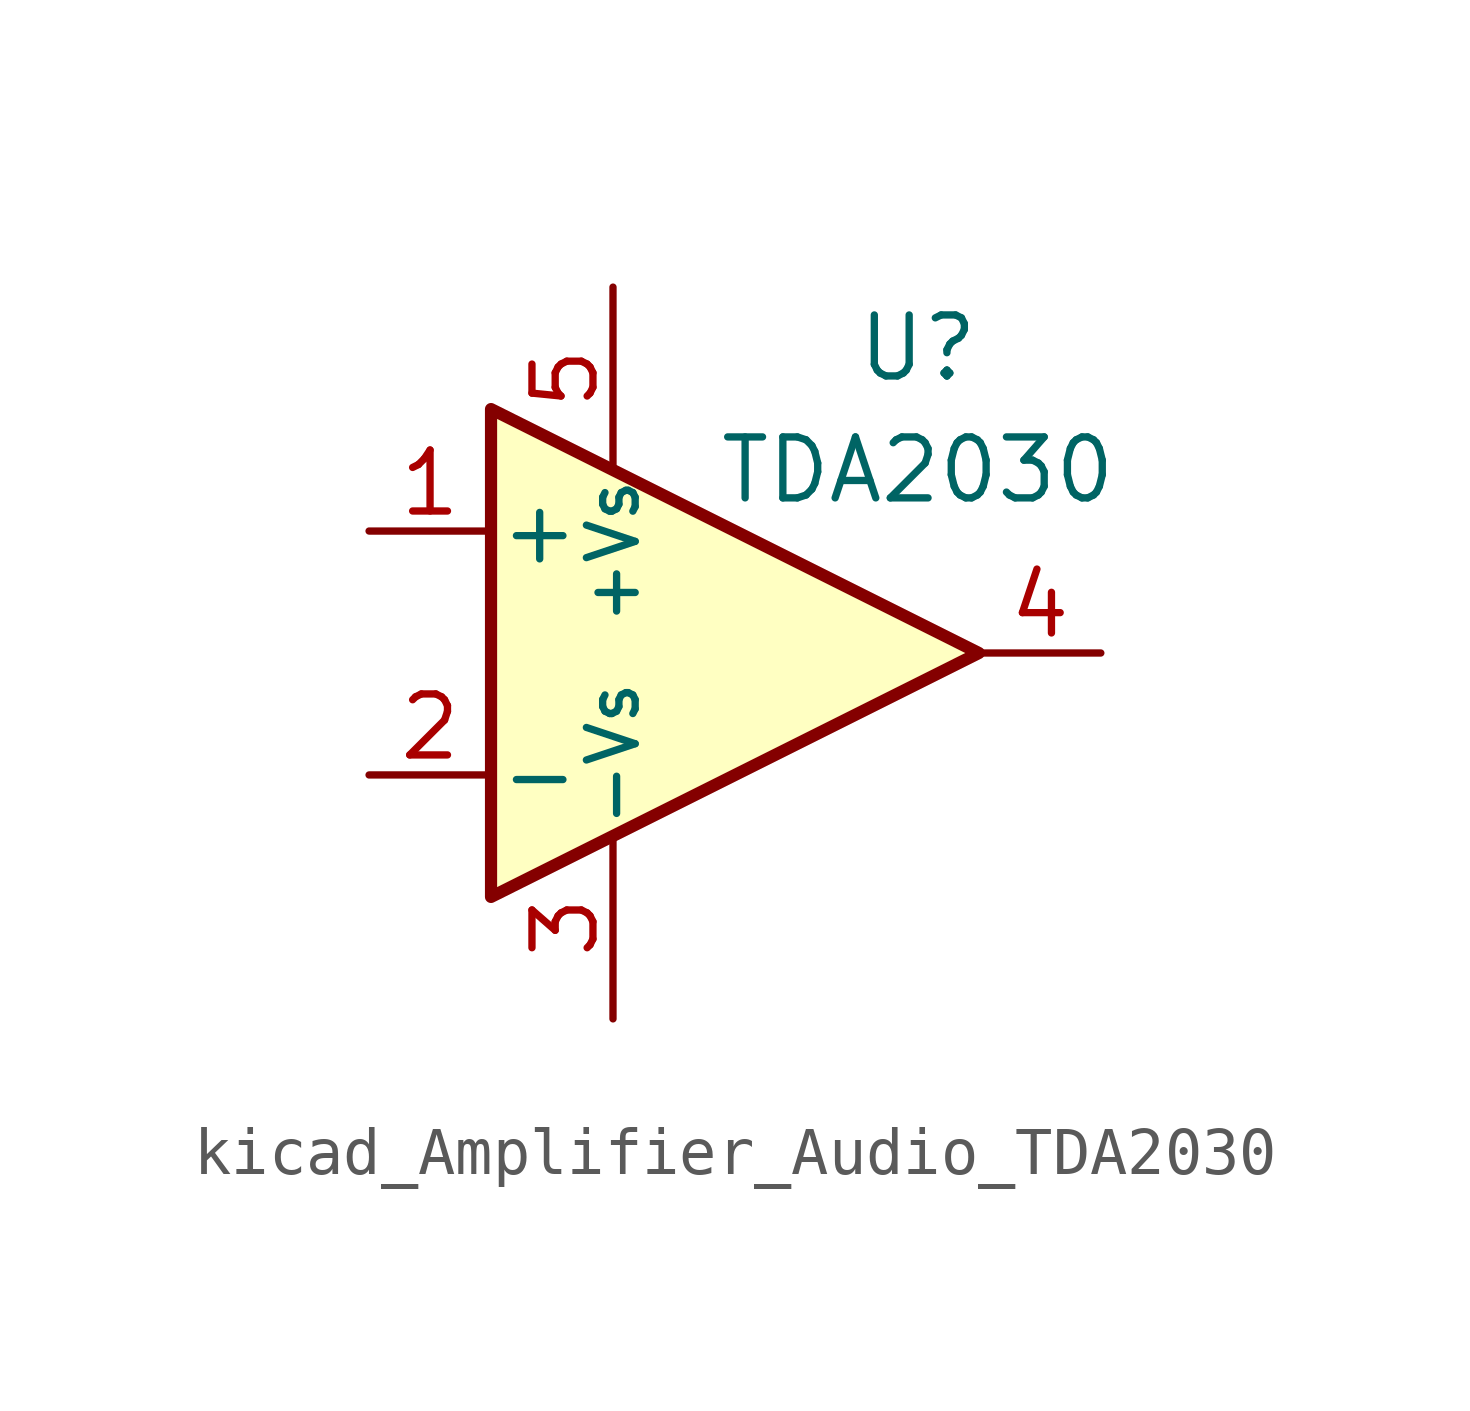
<source format=kicad_sym>
(kicad_symbol_lib
  (version 20220914)
  (generator kicad_symbol_editor)
  (symbol "kicad_Amplifier_Audio_TDA2030"
    (pin_names
      (offset 0.127))
    (property "Reference" "U"
      (at 3.81 6.35 0)
      (effects (font (size 1.27 1.27))))
    (property "Value" "TDA2030"
      (at 3.81 3.81 0)
      (effects (font (size 1.27 1.27))))
    (symbol "kicad_Amplifier_Audio_TDA2030_0_1"
      (polyline (pts (xy -5.08 5.08) (xy 5.08 0) (xy -5.08 -5.08) (xy -5.08 5.08)) (stroke (width 0.254) (type default)) (fill (type background))))
    (symbol "kicad_Amplifier_Audio_TDA2030_1_1"
      (pin input line (at -7.62 2.54 0) (length 2.54) (name "+" (effects (font (size 1.27 1.27)))) (number "1" (effects (font (size 1.27 1.27)))))
      (pin input line (at -7.62 -2.54 0) (length 2.54) (name "-" (effects (font (size 1.27 1.27)))) (number "2" (effects (font (size 1.27 1.27)))))
      (pin power_in line (at -2.54 -7.62 90) (length 3.81) (name "-Vs" (effects (font (size 1.016 1.016)))) (number "3" (effects (font (size 1.27 1.27)))))
      (pin output line (at 7.62 0 180) (length 2.54) (name "~" (effects (font (size 1.27 1.27)))) (number "4" (effects (font (size 1.27 1.27)))))
      (pin power_in line (at -2.54 7.62 270) (length 3.81) (name "+Vs" (effects (font (size 1.016 1.016)))) (number "5" (effects (font (size 1.27 1.27))))))))
</source>
